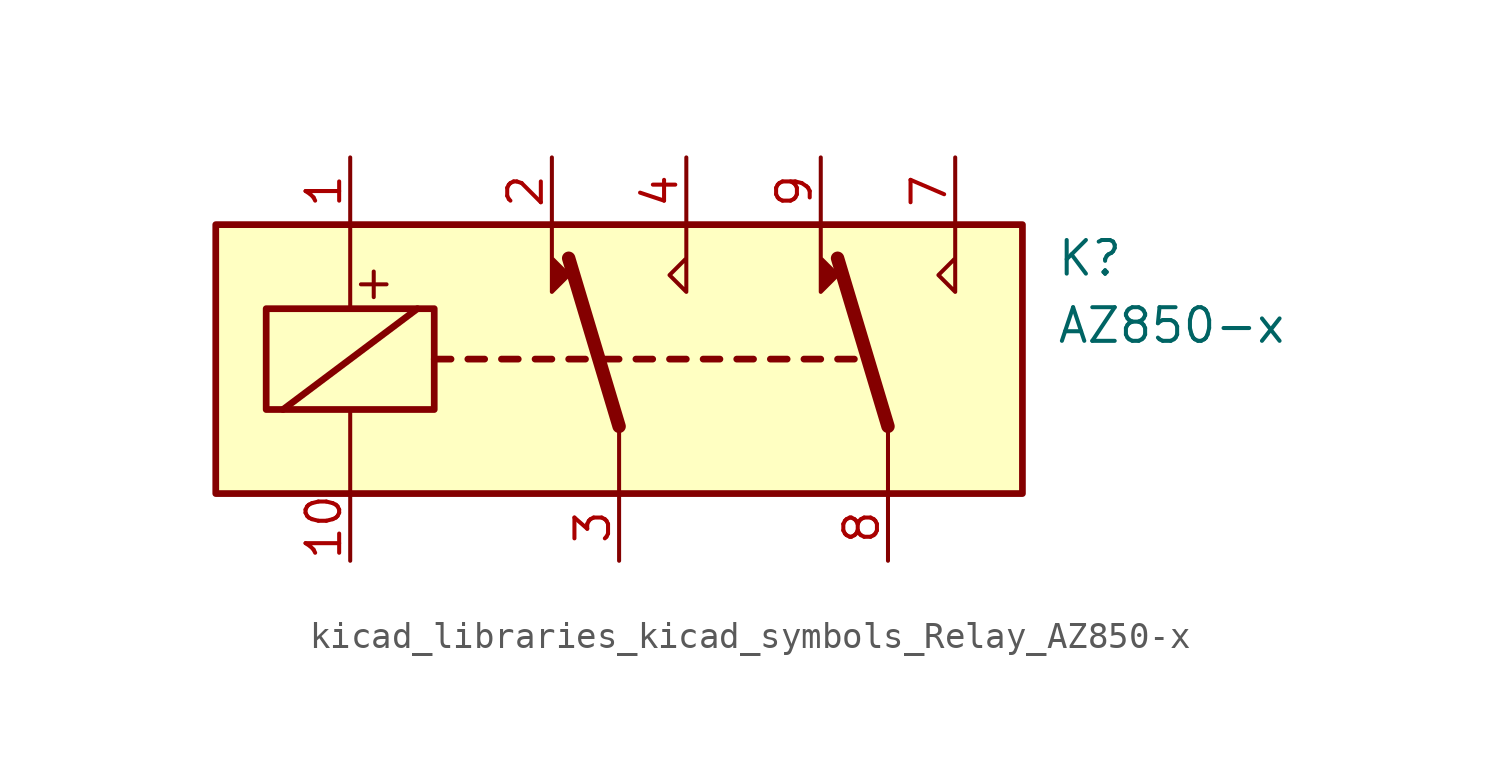
<source format=kicad_sym>
(kicad_symbol_lib
  (version 20220914)
  (generator kicad_symbol_editor)
  (symbol "kicad_libraries_kicad_symbols_Relay_AZ850-x"
    (property "Reference" "K"
      (at 16.51 3.81 0)
      (effects (font (size 1.27 1.27)) (justify left)))
    (property "Value" "AZ850-x"
      (at 16.51 1.27 0)
      (effects (font (size 1.27 1.27)) (justify left)))
    (symbol "kicad_libraries_kicad_symbols_Relay_AZ850-x_0_0"
      (text "+" (at -9.271 2.921 0) (effects (font (size 1.27 1.27)))))
    (symbol "kicad_libraries_kicad_symbols_Relay_AZ850-x_0_1"
      (rectangle (start -15.24 5.08) (end 15.24 -5.08) (stroke (width 0.254) (type default)) (fill (type background)))
      (rectangle (start -13.335 1.905) (end -6.985 -1.905) (stroke (width 0.254) (type default)) (fill (type none)))
      (polyline (pts (xy -12.7 -1.905) (xy -7.62 1.905)) (stroke (width 0.254) (type default)) (fill (type none)))
      (polyline (pts (xy -10.16 -5.08) (xy -10.16 -1.905)) (stroke (width 0) (type default)) (fill (type none)))
      (polyline (pts (xy -10.16 5.08) (xy -10.16 1.905)) (stroke (width 0) (type default)) (fill (type none)))
      (polyline (pts (xy -6.985 0) (xy -6.35 0)) (stroke (width 0.254) (type default)) (fill (type none)))
      (polyline (pts (xy -5.715 0) (xy -5.08 0)) (stroke (width 0.254) (type default)) (fill (type none)))
      (polyline (pts (xy -4.445 0) (xy -3.81 0)) (stroke (width 0.254) (type default)) (fill (type none)))
      (polyline (pts (xy -3.175 0) (xy -2.54 0)) (stroke (width 0.254) (type default)) (fill (type none)))
      (polyline (pts (xy -1.905 0) (xy -1.27 0)) (stroke (width 0.254) (type default)) (fill (type none)))
      (polyline (pts (xy -0.635 0) (xy 0 0)) (stroke (width 0.254) (type default)) (fill (type none)))
      (polyline (pts (xy 0 -2.54) (xy -1.905 3.81)) (stroke (width 0.508) (type default)) (fill (type none)))
      (polyline (pts (xy 0 -2.54) (xy 0 -5.08)) (stroke (width 0) (type default)) (fill (type none)))
      (polyline (pts (xy 0.635 0) (xy 1.27 0)) (stroke (width 0.254) (type default)) (fill (type none)))
      (polyline (pts (xy 1.905 0) (xy 2.54 0)) (stroke (width 0.254) (type default)) (fill (type none)))
      (polyline (pts (xy 3.175 0) (xy 3.81 0)) (stroke (width 0.254) (type default)) (fill (type none)))
      (polyline (pts (xy 4.445 0) (xy 5.08 0)) (stroke (width 0.254) (type default)) (fill (type none)))
      (polyline (pts (xy 5.715 0) (xy 6.35 0)) (stroke (width 0.254) (type default)) (fill (type none)))
      (polyline (pts (xy 6.985 0) (xy 7.62 0)) (stroke (width 0.254) (type default)) (fill (type none)))
      (polyline (pts (xy 8.255 0) (xy 8.89 0)) (stroke (width 0.254) (type default)) (fill (type none)))
      (polyline (pts (xy 10.16 -2.54) (xy 8.255 3.81)) (stroke (width 0.508) (type default)) (fill (type none)))
      (polyline (pts (xy 10.16 -2.54) (xy 10.16 -5.08)) (stroke (width 0) (type default)) (fill (type none)))
      (polyline (pts (xy -2.54 5.08) (xy -2.54 2.54) (xy -1.905 3.175) (xy -2.54 3.81)) (stroke (width 0) (type default)) (fill (type outline)))
      (polyline (pts (xy 2.54 5.08) (xy 2.54 2.54) (xy 1.905 3.175) (xy 2.54 3.81)) (stroke (width 0) (type default)) (fill (type none)))
      (polyline (pts (xy 7.62 5.08) (xy 7.62 2.54) (xy 8.255 3.175) (xy 7.62 3.81)) (stroke (width 0) (type default)) (fill (type outline)))
      (polyline (pts (xy 12.7 5.08) (xy 12.7 2.54) (xy 12.065 3.175) (xy 12.7 3.81)) (stroke (width 0) (type default)) (fill (type none))))
    (symbol "kicad_libraries_kicad_symbols_Relay_AZ850-x_1_1"
      (pin passive line (at -10.16 7.62 270) (length 2.54) (name "~" (effects (font (size 1.27 1.27)))) (number "1" (effects (font (size 1.27 1.27)))))
      (pin passive line (at -10.16 -7.62 90) (length 2.54) (name "~" (effects (font (size 1.27 1.27)))) (number "10" (effects (font (size 1.27 1.27)))))
      (pin passive line (at -2.54 7.62 270) (length 2.54) (name "~" (effects (font (size 1.27 1.27)))) (number "2" (effects (font (size 1.27 1.27)))))
      (pin passive line (at 0 -7.62 90) (length 2.54) (name "~" (effects (font (size 1.27 1.27)))) (number "3" (effects (font (size 1.27 1.27)))))
      (pin passive line (at 2.54 7.62 270) (length 2.54) (name "~" (effects (font (size 1.27 1.27)))) (number "4" (effects (font (size 1.27 1.27)))))
      (pin passive line (at 12.7 7.62 270) (length 2.54) (name "~" (effects (font (size 1.27 1.27)))) (number "7" (effects (font (size 1.27 1.27)))))
      (pin passive line (at 10.16 -7.62 90) (length 2.54) (name "~" (effects (font (size 1.27 1.27)))) (number "8" (effects (font (size 1.27 1.27)))))
      (pin passive line (at 7.62 7.62 270) (length 2.54) (name "~" (effects (font (size 1.27 1.27)))) (number "9" (effects (font (size 1.27 1.27))))))))
</source>
